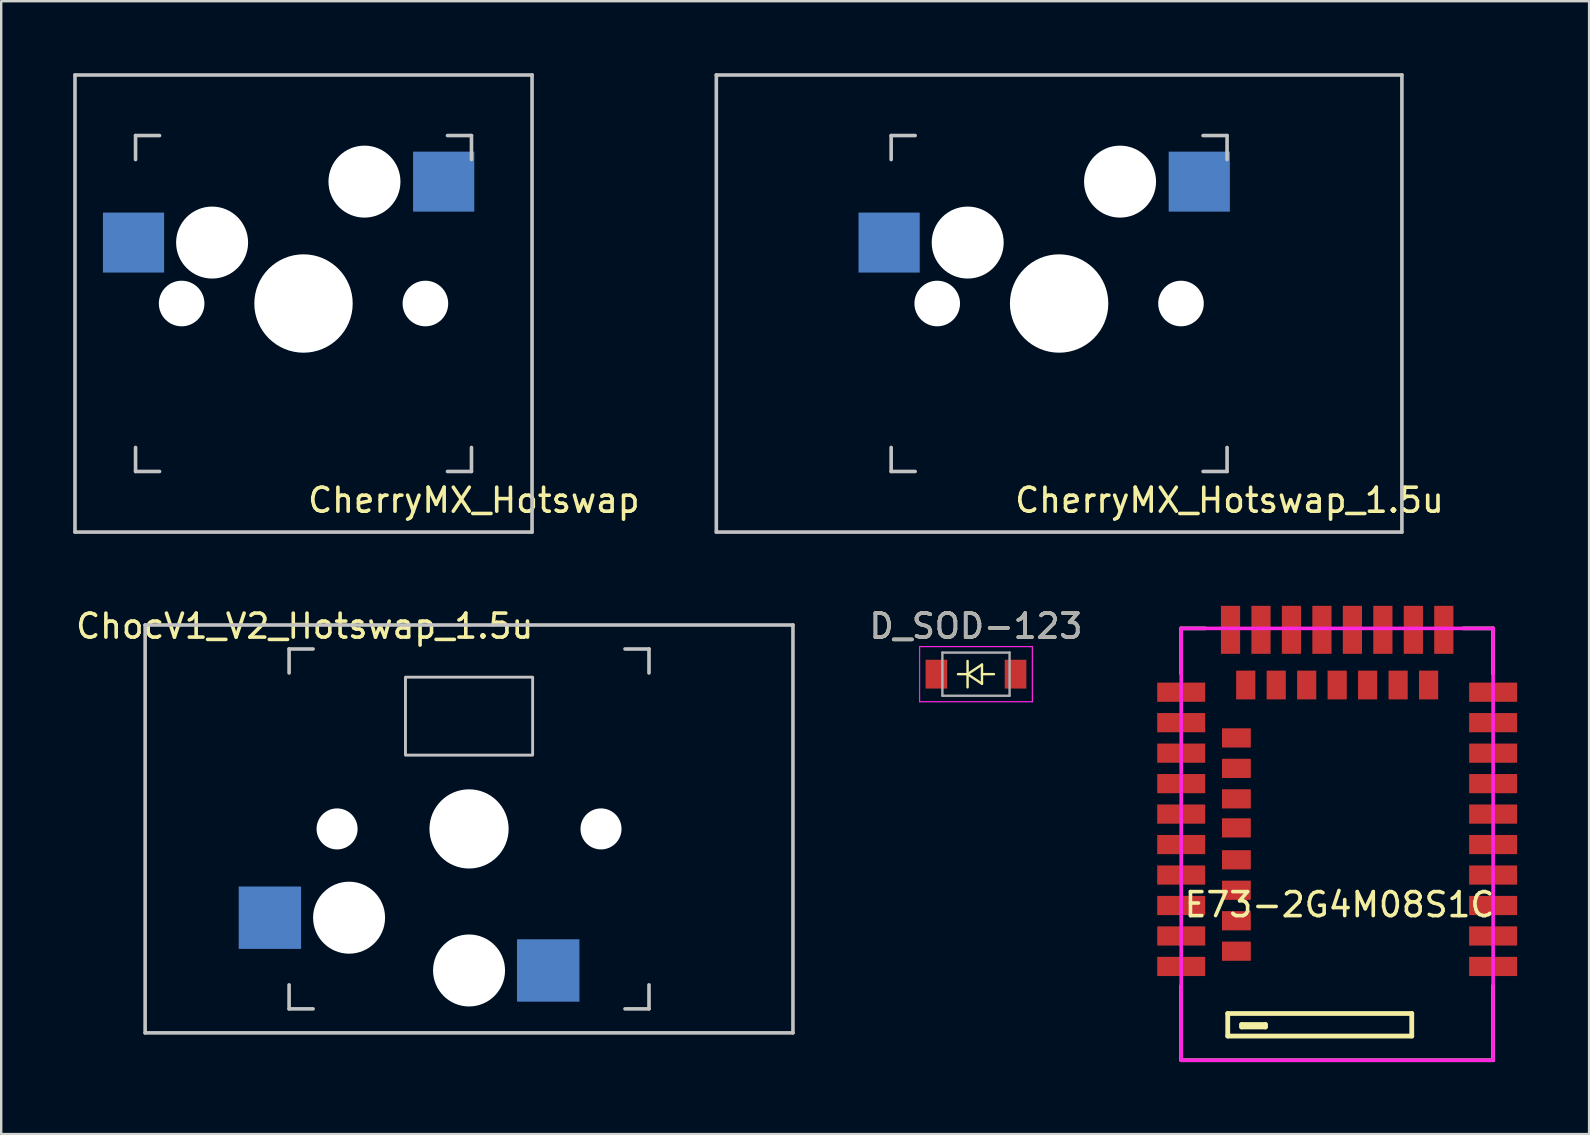
<source format=kicad_pcb>
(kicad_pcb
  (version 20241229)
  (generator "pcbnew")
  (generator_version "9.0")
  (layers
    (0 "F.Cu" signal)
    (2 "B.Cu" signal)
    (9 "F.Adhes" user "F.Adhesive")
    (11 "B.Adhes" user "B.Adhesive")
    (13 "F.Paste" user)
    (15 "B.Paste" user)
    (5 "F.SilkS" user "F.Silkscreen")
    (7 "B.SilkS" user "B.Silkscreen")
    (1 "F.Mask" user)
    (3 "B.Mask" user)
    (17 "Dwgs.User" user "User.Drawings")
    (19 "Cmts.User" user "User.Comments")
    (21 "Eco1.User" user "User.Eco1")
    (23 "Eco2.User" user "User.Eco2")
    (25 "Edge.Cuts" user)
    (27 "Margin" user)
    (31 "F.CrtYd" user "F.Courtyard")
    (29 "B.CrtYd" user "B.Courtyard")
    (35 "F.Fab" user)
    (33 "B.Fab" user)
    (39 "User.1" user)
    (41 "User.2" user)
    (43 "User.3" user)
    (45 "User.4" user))
  (footprint "E73-2G4M08S1C"
    (layer "F.Cu")
    (at 52.681 30.215)
    (property "Reference" "E73-2G4M08S1C" (at 0.1 4.44 180) (layer "F.SilkS") (effects (font (size 1 1) (thickness 0.15))))
    (attr through_hole)
    (fp_line (start -6.5 -7.075) (end -5.5 -7.075) (stroke (width 0.15) (type solid)) (layer "F.SilkS"))
    (fp_line (start -6.5 -5.185) (end -6.5 -7.075) (stroke (width 0.15) (type solid)) (layer "F.SilkS"))
    (fp_line (start -6.5 10.925) (end -6.5 7.815) (stroke (width 0.15) (type solid)) (layer "F.SilkS"))
    (fp_line (start -4.561 8.976) (end 3.109 8.976) (stroke (width 0.2) (type solid)) (layer "F.SilkS"))
    (fp_line (start -4.561 9.916) (end -4.561 8.976) (stroke (width 0.2) (type solid)) (layer "F.SilkS"))
    (fp_line (start -3.981 9.436) (end -2.991 9.436) (stroke (width 0.2) (type solid)) (layer "F.SilkS"))
    (fp_line (start -3.981 9.536) (end -3.981 9.436) (stroke (width 0.2) (type solid)) (layer "F.SilkS"))
    (fp_line (start -2.991 9.436) (end -2.991 9.536) (stroke (width 0.2) (type solid)) (layer "F.SilkS"))
    (fp_line (start -2.991 9.536) (end -3.981 9.536) (stroke (width 0.2) (type solid)) (layer "F.SilkS"))
    (fp_line (start 3.109 8.976) (end 3.109 9.916) (stroke (width 0.2) (type solid)) (layer "F.SilkS"))
    (fp_line (start 3.109 9.916) (end -4.561 9.916) (stroke (width 0.2) (type solid)) (layer "F.SilkS"))
    (fp_line (start 5.25 -7.075) (end 6.5 -7.075) (stroke (width 0.15) (type solid)) (layer "F.SilkS"))
    (fp_line (start 6.5 -7.075) (end 6.5 -5.185) (stroke (width 0.15) (type solid)) (layer "F.SilkS"))
    (fp_line (start 6.5 7.815) (end 6.5 10.925) (stroke (width 0.15) (type solid)) (layer "F.SilkS"))
    (fp_line (start 6.5 10.925) (end -6.5 10.925) (stroke (width 0.15) (type solid)) (layer "F.SilkS"))
    (fp_line (start -6.5 -7.075) (end -6.5 10.925) (stroke (width 0.15) (type solid)) (layer "F.CrtYd"))
    (fp_line (start -6.5 -7.075) (end 6.5 -7.075) (stroke (width 0.15) (type solid)) (layer "F.CrtYd"))
    (fp_line (start -6.5 10.925) (end 6.5 10.925) (stroke (width 0.15) (type solid)) (layer "F.CrtYd"))
    (fp_line (start 6.5 10.925) (end 6.5 -7.075) (stroke (width 0.15) (type solid)) (layer "F.CrtYd"))
    (pad "1" smd rect (at 6.5 7.015 180) (size 2 0.8) (layers "F.Cu" "F.Mask" "F.Paste"))
    (pad "2" smd rect (at 6.5 5.745 180) (size 2 0.8) (layers "F.Cu" "F.Mask" "F.Paste"))
    (pad "3" smd rect (at 6.5 4.475 180) (size 2 0.8) (layers "F.Cu" "F.Mask" "F.Paste"))
    (pad "4" smd rect (at 6.5 3.205 180) (size 2 0.8) (layers "F.Cu" "F.Mask" "F.Paste"))
    (pad "5" smd rect (at 6.5 1.935 180) (size 2 0.8) (layers "F.Cu" "F.Mask" "F.Paste"))
    (pad "6" smd rect (at 6.5 0.665 180) (size 2 0.8) (layers "F.Cu" "F.Mask" "F.Paste"))
    (pad "7" smd rect (at 6.5 -0.605 180) (size 2 0.8) (layers "F.Cu" "F.Mask" "F.Paste"))
    (pad "8" smd rect (at 6.5 -1.875 180) (size 2 0.8) (layers "F.Cu" "F.Mask" "F.Paste"))
    (pad "9" smd rect (at 6.5 -3.145 180) (size 2 0.8) (layers "F.Cu" "F.Mask" "F.Paste"))
    (pad "10" smd rect (at 6.5 -4.415 180) (size 2 0.8) (layers "F.Cu" "F.Mask" "F.Paste"))
    (pad "11" smd rect (at 4.445 -7.015 270) (size 2 0.8) (layers "F.Cu" "F.Mask" "F.Paste"))
    (pad "12" smd rect (at 3.81 -4.715 270) (size 1.2 0.8) (layers "F.Cu" "F.Mask" "F.Paste"))
    (pad "13" smd rect (at 3.175 -7.015 270) (size 2 0.8) (layers "F.Cu" "F.Mask" "F.Paste"))
    (pad "14" smd rect (at 2.54 -4.715 270) (size 1.2 0.8) (layers "F.Cu" "F.Mask" "F.Paste"))
    (pad "15" smd rect (at 1.905 -7.015 270) (size 2 0.8) (layers "F.Cu" "F.Mask" "F.Paste"))
    (pad "16" smd rect (at 1.27 -4.715 270) (size 1.2 0.8) (layers "F.Cu" "F.Mask" "F.Paste"))
    (pad "17" smd rect (at 0.635 -7.015 270) (size 2 0.8) (layers "F.Cu" "F.Mask" "F.Paste"))
    (pad "18" smd rect (at 0 -4.715 270) (size 1.2 0.8) (layers "F.Cu" "F.Mask" "F.Paste"))
    (pad "19" smd rect (at -0.635 -7.015 270) (size 2 0.8) (layers "F.Cu" "F.Mask" "F.Paste"))
    (pad "20" smd rect (at -1.27 -4.715 270) (size 1.2 0.8) (layers "F.Cu" "F.Mask" "F.Paste"))
    (pad "21" smd rect (at -1.905 -7.015 270) (size 2 0.8) (layers "F.Cu" "F.Mask" "F.Paste"))
    (pad "22" smd rect (at -2.54 -4.715 270) (size 1.2 0.8) (layers "F.Cu" "F.Mask" "F.Paste"))
    (pad "23" smd rect (at -3.175 -7.015 270) (size 2 0.8) (layers "F.Cu" "F.Mask" "F.Paste"))
    (pad "24" smd rect (at -3.81 -4.715 270) (size 1.2 0.8) (layers "F.Cu" "F.Mask" "F.Paste"))
    (pad "25" smd rect (at -4.445 -7.015 270) (size 2 0.8) (layers "F.Cu" "F.Mask" "F.Paste"))
    (pad "26" smd rect (at -6.5 -4.415 180) (size 2 0.8) (layers "F.Cu" "F.Mask" "F.Paste"))
    (pad "27" smd rect (at -6.5 -3.145 180) (size 2 0.8) (layers "F.Cu" "F.Mask" "F.Paste"))
    (pad "28" smd rect (at -4.2 -2.51) (size 1.2 0.8) (layers "F.Cu" "F.Mask" "F.Paste"))
    (pad "29" smd rect (at -6.5 -1.875 180) (size 2 0.8) (layers "F.Cu" "F.Mask" "F.Paste"))
    (pad "30" smd rect (at -4.2 -1.24) (size 1.2 0.8) (layers "F.Cu" "F.Mask" "F.Paste"))
    (pad "31" smd rect (at -6.5 -0.605 180) (size 2 0.8) (layers "F.Cu" "F.Mask" "F.Paste"))
    (pad "32" smd rect (at -4.2 0.03) (size 1.2 0.8) (layers "F.Cu" "F.Mask" "F.Paste"))
    (pad "33" smd rect (at -6.5 0.665 180) (size 2 0.8) (layers "F.Cu" "F.Mask" "F.Paste"))
    (pad "34" smd rect (at -4.2 1.24) (size 1.2 0.8) (layers "F.Cu" "F.Mask" "F.Paste"))
    (pad "35" smd rect (at -6.5 1.935 180) (size 2 0.8) (layers "F.Cu" "F.Mask" "F.Paste"))
    (pad "36" smd rect (at -4.2 2.57) (size 1.2 0.8) (layers "F.Cu" "F.Mask" "F.Paste"))
    (pad "37" smd rect (at -6.5 3.205 180) (size 2 0.8) (layers "F.Cu" "F.Mask" "F.Paste"))
    (pad "38" smd rect (at -4.2 3.84) (size 1.2 0.8) (layers "F.Cu" "F.Mask" "F.Paste"))
    (pad "39" smd rect (at -6.5 4.475 180) (size 2 0.8) (layers "F.Cu" "F.Mask" "F.Paste"))
    (pad "40" smd rect (at -4.2 5.11) (size 1.2 0.8) (layers "F.Cu" "F.Mask" "F.Paste"))
    (pad "41" smd rect (at -6.5 5.745 180) (size 2 0.8) (layers "F.Cu" "F.Mask" "F.Paste"))
    (pad "42" smd rect (at -4.2 6.38) (size 1.2 0.8) (layers "F.Cu" "F.Mask" "F.Paste"))
    (pad "43" smd rect (at -6.5 7.015 180) (size 2 0.8) (layers "F.Cu" "F.Mask" "F.Paste")))
  (footprint "D_SOD-123"
    (layer "F.Cu")
    (at 37.627 25.048)
    (property "Reference" "D_SOD-123" (at 0 -2 0) (layer "F.SilkS") (effects (font (size 1 1) (thickness 0.15))))
    (attr smd)
    (fp_line (start -0.75 0) (end -0.35 0) (stroke (width 0.1) (type solid)) (layer "F.SilkS"))
    (fp_line (start -0.35 0) (end -0.35 -0.55) (stroke (width 0.1) (type solid)) (layer "F.SilkS"))
    (fp_line (start -0.35 0) (end -0.35 0.55) (stroke (width 0.1) (type solid)) (layer "F.SilkS"))
    (fp_line (start -0.35 0) (end 0.25 -0.4) (stroke (width 0.1) (type solid)) (layer "F.SilkS"))
    (fp_line (start 0.25 -0.4) (end 0.25 0.4) (stroke (width 0.1) (type solid)) (layer "F.SilkS"))
    (fp_line (start 0.25 0) (end 0.75 0) (stroke (width 0.1) (type solid)) (layer "F.SilkS"))
    (fp_line (start 0.25 0.4) (end -0.35 0) (stroke (width 0.1) (type solid)) (layer "F.SilkS"))
    (fp_line (start -2.35 -1.15) (end -2.35 1.15) (stroke (width 0.05) (type solid)) (layer "F.CrtYd"))
    (fp_line (start -2.35 -1.15) (end 2.35 -1.15) (stroke (width 0.05) (type solid)) (layer "F.CrtYd"))
    (fp_line (start 2.35 -1.15) (end 2.35 1.15) (stroke (width 0.05) (type solid)) (layer "F.CrtYd"))
    (fp_line (start 2.35 1.15) (end -2.35 1.15) (stroke (width 0.05) (type solid)) (layer "F.CrtYd"))
    (fp_line (start -1.4 -0.9) (end 1.4 -0.9) (stroke (width 0.1) (type solid)) (layer "F.Fab"))
    (fp_line (start -1.4 0.9) (end -1.4 -0.9) (stroke (width 0.1) (type solid)) (layer "F.Fab"))
    (fp_line (start 1.4 -0.9) (end 1.4 0.9) (stroke (width 0.1) (type solid)) (layer "F.Fab"))
    (fp_line (start 1.4 0.9) (end -1.4 0.9) (stroke (width 0.1) (type solid)) (layer "F.Fab"))
    (fp_text user "${REFERENCE}" (at 0 -2 0) (layer "F.Fab") (effects (font (size 1 1) (thickness 0.15))))
    (pad "1" smd rect (at -1.65 0) (size 0.9 1.2) (layers "F.Cu" "F.Mask" "F.Paste"))
    (pad "2" smd rect (at 1.65 0) (size 0.9 1.2) (layers "F.Cu" "F.Mask" "F.Paste")))
  (footprint "ChocV1_V2_Hotswap_1.5u"
    (layer "F.Cu")
    (at 16.499 31.498)
    (property "Reference" "ChocV1_V2_Hotswap_1.5u" (at -6.85 -8.45 0) (layer "F.SilkS") (effects (font (size 1 1) (thickness 0.15))))
    (attr through_hole)
    (fp_line (start -13.5 -8.5) (end 13.5 -8.5) (stroke (width 0.15) (type solid)) (layer "Dwgs.User"))
    (fp_line (start -13.5 8.5) (end -13.5 -8.5) (stroke (width 0.15) (type solid)) (layer "Dwgs.User"))
    (fp_line (start -7.5 -7.5) (end -6.5 -7.5) (stroke (width 0.15) (type solid)) (layer "Dwgs.User"))
    (fp_line (start -7.5 -6.5) (end -7.5 -7.5) (stroke (width 0.15) (type solid)) (layer "Dwgs.User"))
    (fp_line (start -7.5 7.5) (end -7.5 6.5) (stroke (width 0.15) (type solid)) (layer "Dwgs.User"))
    (fp_line (start -6.5 7.5) (end -7.5 7.5) (stroke (width 0.15) (type solid)) (layer "Dwgs.User"))
    (fp_line (start 6.5 7.5) (end 7.5 7.5) (stroke (width 0.15) (type solid)) (layer "Dwgs.User"))
    (fp_line (start 7.5 -7.5) (end 6.5 -7.5) (stroke (width 0.15) (type solid)) (layer "Dwgs.User"))
    (fp_line (start 7.5 -6.5) (end 7.5 -7.5) (stroke (width 0.15) (type solid)) (layer "Dwgs.User"))
    (fp_line (start 7.5 7.5) (end 7.5 6.5) (stroke (width 0.15) (type solid)) (layer "Dwgs.User"))
    (fp_line (start 13.5 -8.5) (end 13.5 8.5) (stroke (width 0.15) (type solid)) (layer "Dwgs.User"))
    (fp_line (start 13.5 8.5) (end -13.5 8.5) (stroke (width 0.15) (type solid)) (layer "Dwgs.User"))
    (fp_rect (start -2.65 -3.075) (end 2.65 -6.325) (stroke (width 0.12) (type solid)) (fill no) (layer "Dwgs.User"))
    (pad "" np_thru_hole circle (at -5.5 0 90) (size 1.71 1.71) (drill 1.71) (layers "*.Cu"))
    (pad "" np_thru_hole circle (at -5 3.7 90) (size 3 3) (drill 3) (layers "*.Cu" "*.Mask"))
    (pad "" np_thru_hole circle (at 0 0 90) (size 3.3 3.3) (drill 3.3) (layers "*.Cu"))
    (pad "" np_thru_hole circle (at 0 5.9 90) (size 3 3) (drill 3) (layers "*.Cu" "*.Mask"))
    (pad "" np_thru_hole circle (at 5.5 0 90) (size 1.71 1.71) (drill 1.71) (layers "*.Cu"))
    (pad "1" smd rect (at -8.3 3.7 180) (size 2.6 2.6) (layers "B.Cu" "B.Mask" "B.Paste"))
    (pad "2" smd rect (at 3.3 5.9 180) (size 2.6 2.6) (layers "B.Cu" "B.Mask" "B.Paste")))
  (footprint "CherryMX_Hotswap_1.5u"
    (layer "F.Cu")
    (at 41.092 9.6)
    (property "Reference" "CherryMX_Hotswap_1.5u" (at 7.1 8.2 0) (layer "F.SilkS") (effects (font (size 1 1) (thickness 0.15))))
    (fp_line (start -14.287 -9.525) (end 14.287 -9.525) (stroke (width 0.15) (type solid)) (layer "Dwgs.User"))
    (fp_line (start -14.287 9.525) (end -14.287 -9.525) (stroke (width 0.15) (type solid)) (layer "Dwgs.User"))
    (fp_line (start -7 -7) (end -6 -7) (stroke (width 0.15) (type solid)) (layer "Dwgs.User"))
    (fp_line (start -7 -6) (end -7 -7) (stroke (width 0.15) (type solid)) (layer "Dwgs.User"))
    (fp_line (start -7 6) (end -7 7) (stroke (width 0.15) (type solid)) (layer "Dwgs.User"))
    (fp_line (start -7 7) (end -6 7) (stroke (width 0.15) (type solid)) (layer "Dwgs.User"))
    (fp_line (start 6 7) (end 7 7) (stroke (width 0.15) (type solid)) (layer "Dwgs.User"))
    (fp_line (start 7 -7) (end 6 -7) (stroke (width 0.15) (type solid)) (layer "Dwgs.User"))
    (fp_line (start 7 -7) (end 7 -6) (stroke (width 0.15) (type solid)) (layer "Dwgs.User"))
    (fp_line (start 7 7) (end 7 6) (stroke (width 0.15) (type solid)) (layer "Dwgs.User"))
    (fp_line (start 14.287 -9.525) (end 14.287 9.525) (stroke (width 0.15) (type solid)) (layer "Dwgs.User"))
    (fp_line (start 14.287 9.525) (end -14.287 9.525) (stroke (width 0.15) (type solid)) (layer "Dwgs.User"))
    (pad "" np_thru_hole circle (at -5.08 0) (size 1.9 1.9) (drill 1.9) (layers "*.Cu" "*.Mask"))
    (pad "" np_thru_hole circle (at -3.81 -2.54) (size 3 3) (drill 3) (layers "*.Cu" "*.Mask"))
    (pad "" np_thru_hole circle (at 0 0 90) (size 4.1 4.1) (drill 4.1) (layers "*.Cu" "*.Mask"))
    (pad "" np_thru_hole circle (at 2.54 -5.08) (size 3 3) (drill 3) (layers "*.Cu" "*.Mask"))
    (pad "" np_thru_hole circle (at 5.08 0) (size 1.9 1.9) (drill 1.9) (layers "*.Cu" "*.Mask"))
    (pad "1" smd rect (at -7.085 -2.54 180) (size 2.55 2.5) (layers "B.Cu" "B.Mask" "B.Paste"))
    (pad "2" smd rect (at 5.842 -5.08 180) (size 2.55 2.5) (layers "B.Cu" "B.Mask" "B.Paste")))
  (footprint "CherryMX_Hotswap"
    (layer "F.Cu")
    (at 9.6 9.6)
    (property "Reference" "CherryMX_Hotswap" (at 7.1 8.2 0) (layer "F.SilkS") (effects (font (size 1 1) (thickness 0.15))))
    (fp_line (start -9.525 -9.525) (end 9.525 -9.525) (stroke (width 0.15) (type solid)) (layer "Dwgs.User"))
    (fp_line (start -9.525 9.525) (end -9.525 -9.525) (stroke (width 0.15) (type solid)) (layer "Dwgs.User"))
    (fp_line (start -7 -7) (end -6 -7) (stroke (width 0.15) (type solid)) (layer "Dwgs.User"))
    (fp_line (start -7 -6) (end -7 -7) (stroke (width 0.15) (type solid)) (layer "Dwgs.User"))
    (fp_line (start -7 6) (end -7 7) (stroke (width 0.15) (type solid)) (layer "Dwgs.User"))
    (fp_line (start -7 7) (end -6 7) (stroke (width 0.15) (type solid)) (layer "Dwgs.User"))
    (fp_line (start 6 7) (end 7 7) (stroke (width 0.15) (type solid)) (layer "Dwgs.User"))
    (fp_line (start 7 -7) (end 6 -7) (stroke (width 0.15) (type solid)) (layer "Dwgs.User"))
    (fp_line (start 7 -7) (end 7 -6) (stroke (width 0.15) (type solid)) (layer "Dwgs.User"))
    (fp_line (start 7 7) (end 7 6) (stroke (width 0.15) (type solid)) (layer "Dwgs.User"))
    (fp_line (start 9.525 -9.525) (end 9.525 9.525) (stroke (width 0.15) (type solid)) (layer "Dwgs.User"))
    (fp_line (start 9.525 9.525) (end -9.525 9.525) (stroke (width 0.15) (type solid)) (layer "Dwgs.User"))
    (pad "" np_thru_hole circle (at -5.08 0) (size 1.9 1.9) (drill 1.9) (layers "*.Cu" "*.Mask"))
    (pad "" np_thru_hole circle (at -3.81 -2.54) (size 3 3) (drill 3) (layers "*.Cu" "*.Mask"))
    (pad "" np_thru_hole circle (at 0 0 90) (size 4.1 4.1) (drill 4.1) (layers "*.Cu" "*.Mask"))
    (pad "" np_thru_hole circle (at 2.54 -5.08) (size 3 3) (drill 3) (layers "*.Cu" "*.Mask"))
    (pad "" np_thru_hole circle (at 5.08 0) (size 1.9 1.9) (drill 1.9) (layers "*.Cu" "*.Mask"))
    (pad "1" smd rect (at -7.085 -2.54 180) (size 2.55 2.5) (layers "B.Cu" "B.Mask" "B.Paste"))
    (pad "2" smd rect (at 5.842 -5.08 180) (size 2.55 2.5) (layers "B.Cu" "B.Mask" "B.Paste")))
  (gr_rect
    (start -3 -3)
    (end 63.181 44.215)
    (stroke (width 0.1) (type default))
    (fill no)
    (layer "Edge.Cuts")))
</source>
